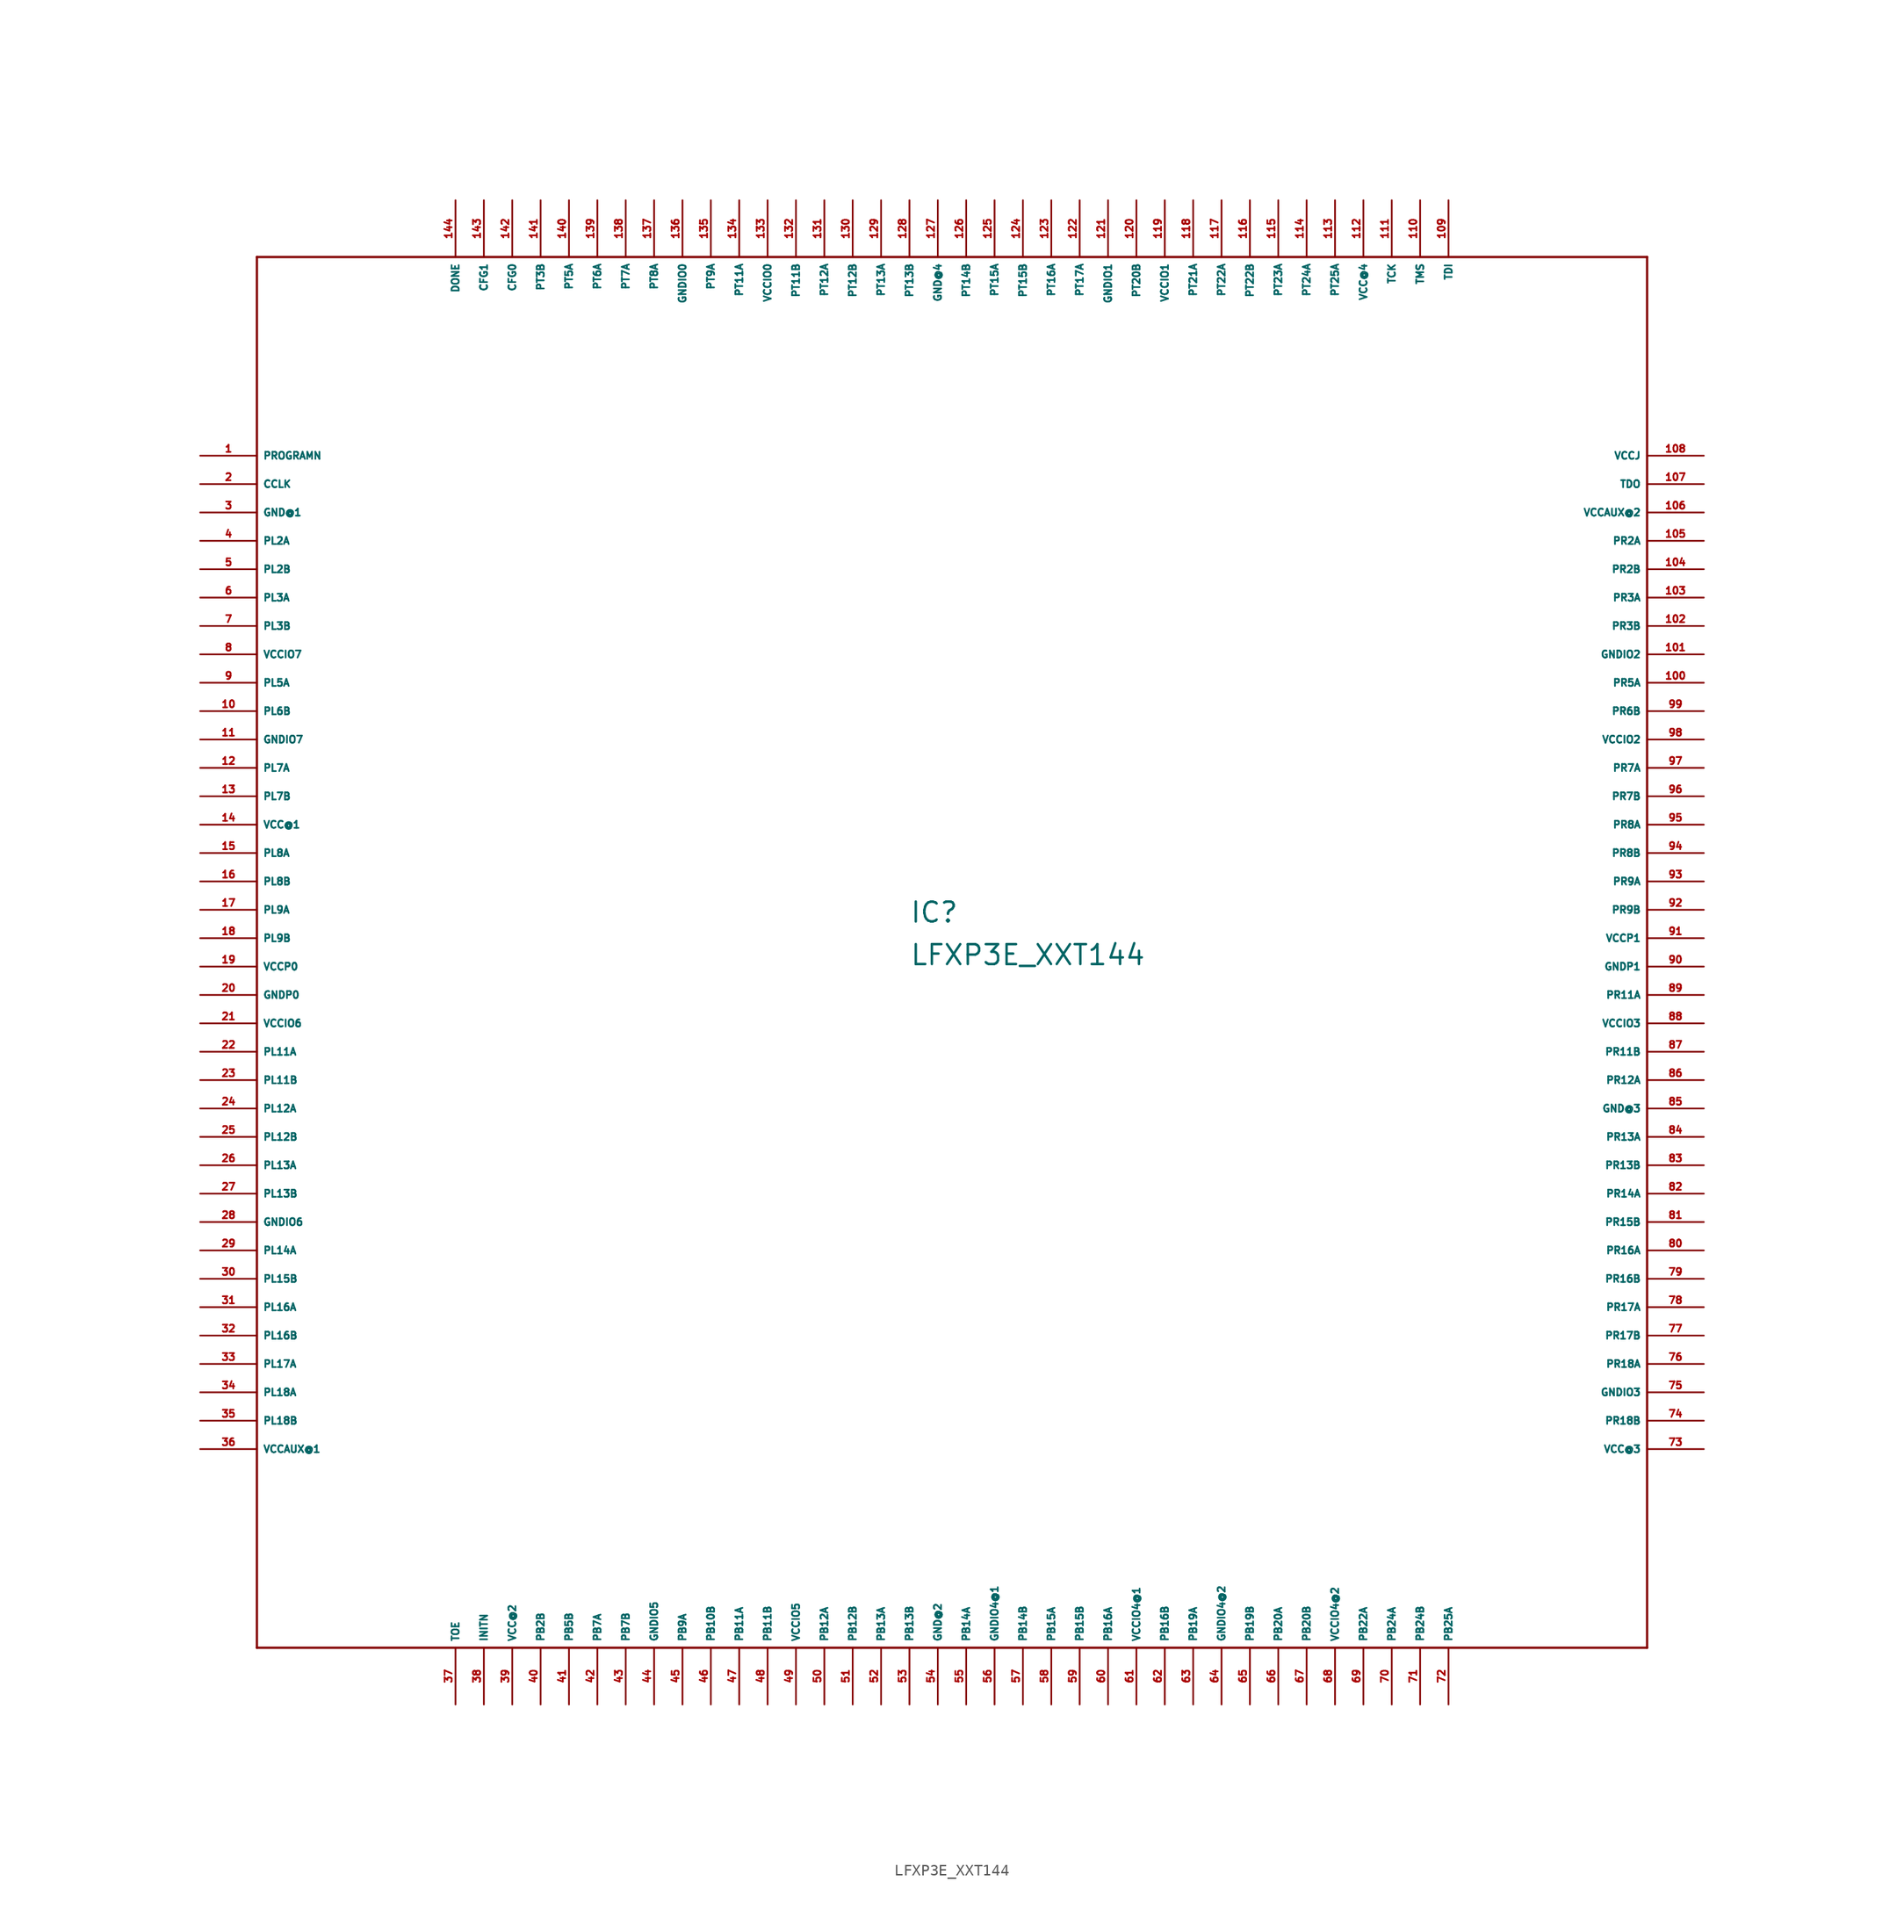
<source format=kicad_sym>
(kicad_symbol_lib
  (version 20220914)
  (generator Eagle2Kicad)
  (symbol "LFXP3E_XXT144"
    (property "Reference" "IC"
      (at -5.08 1.27 0)
      (effects (font (size 1.778 1.778) (thickness 0.22)) (justify left bottom)))
    (property "Value" "LFXP3E_XXT144"
      (at -5.08 -2.54 0)
      (effects (font (size 1.778 1.778) (thickness 0.22)) (justify left bottom)))
    (polyline
      (pts (xy -63.5 -63.5) (xy 60.96 -63.5))
      (stroke (width 0.203) (type default))
      (fill (type none)))
    (polyline
      (pts (xy 60.96 -63.5) (xy 60.96 60.96))
      (stroke (width 0.203) (type default))
      (fill (type none)))
    (polyline
      (pts (xy 60.96 60.96) (xy -63.5 60.96))
      (stroke (width 0.203) (type default))
      (fill (type none)))
    (polyline
      (pts (xy -63.5 60.96) (xy -63.5 -63.5))
      (stroke (width 0.203) (type default))
      (fill (type none)))
    (pin input line
      (at -68.58 43.18 0)
      (length 5.08)
      (name "PROGRAMN" (effects (font (size 0.635 0.635) (thickness 0.08)) (justify left bottom)))
      (number "1" (effects (font (size 0.635 0.635) (thickness 0.08)) (justify left bottom))))
    (pin bidirectional line
      (at -68.58 40.64 0)
      (length 5.08)
      (name "CCLK" (effects (font (size 0.635 0.635) (thickness 0.08)) (justify left bottom)))
      (number "2" (effects (font (size 0.635 0.635) (thickness 0.08)) (justify left bottom))))
    (pin unspecified line
      (at -68.58 38.1 0)
      (length 5.08)
      (name "GND@1" (effects (font (size 0.635 0.635) (thickness 0.08)) (justify left bottom)))
      (number "3" (effects (font (size 0.635 0.635) (thickness 0.08)) (justify left bottom))))
    (pin bidirectional line
      (at -68.58 35.56 0)
      (length 5.08)
      (name "PL2A" (effects (font (size 0.635 0.635) (thickness 0.08)) (justify left bottom)))
      (number "4" (effects (font (size 0.635 0.635) (thickness 0.08)) (justify left bottom))))
    (pin bidirectional line
      (at -68.58 33.02 0)
      (length 5.08)
      (name "PL2B" (effects (font (size 0.635 0.635) (thickness 0.08)) (justify left bottom)))
      (number "5" (effects (font (size 0.635 0.635) (thickness 0.08)) (justify left bottom))))
    (pin bidirectional line
      (at -68.58 30.48 0)
      (length 5.08)
      (name "PL3A" (effects (font (size 0.635 0.635) (thickness 0.08)) (justify left bottom)))
      (number "6" (effects (font (size 0.635 0.635) (thickness 0.08)) (justify left bottom))))
    (pin bidirectional line
      (at -68.58 27.94 0)
      (length 5.08)
      (name "PL3B" (effects (font (size 0.635 0.635) (thickness 0.08)) (justify left bottom)))
      (number "7" (effects (font (size 0.635 0.635) (thickness 0.08)) (justify left bottom))))
    (pin unspecified line
      (at -68.58 25.4 0)
      (length 5.08)
      (name "VCCIO7" (effects (font (size 0.635 0.635) (thickness 0.08)) (justify left bottom)))
      (number "8" (effects (font (size 0.635 0.635) (thickness 0.08)) (justify left bottom))))
    (pin bidirectional line
      (at -68.58 22.86 0)
      (length 5.08)
      (name "PL5A" (effects (font (size 0.635 0.635) (thickness 0.08)) (justify left bottom)))
      (number "9" (effects (font (size 0.635 0.635) (thickness 0.08)) (justify left bottom))))
    (pin bidirectional line
      (at -68.58 20.32 0)
      (length 5.08)
      (name "PL6B" (effects (font (size 0.635 0.635) (thickness 0.08)) (justify left bottom)))
      (number "10" (effects (font (size 0.635 0.635) (thickness 0.08)) (justify left bottom))))
    (pin unspecified line
      (at -68.58 17.78 0)
      (length 5.08)
      (name "GNDIO7" (effects (font (size 0.635 0.635) (thickness 0.08)) (justify left bottom)))
      (number "11" (effects (font (size 0.635 0.635) (thickness 0.08)) (justify left bottom))))
    (pin bidirectional line
      (at -68.58 15.24 0)
      (length 5.08)
      (name "PL7A" (effects (font (size 0.635 0.635) (thickness 0.08)) (justify left bottom)))
      (number "12" (effects (font (size 0.635 0.635) (thickness 0.08)) (justify left bottom))))
    (pin bidirectional line
      (at -68.58 12.7 0)
      (length 5.08)
      (name "PL7B" (effects (font (size 0.635 0.635) (thickness 0.08)) (justify left bottom)))
      (number "13" (effects (font (size 0.635 0.635) (thickness 0.08)) (justify left bottom))))
    (pin unspecified line
      (at -68.58 10.16 0)
      (length 5.08)
      (name "VCC@1" (effects (font (size 0.635 0.635) (thickness 0.08)) (justify left bottom)))
      (number "14" (effects (font (size 0.635 0.635) (thickness 0.08)) (justify left bottom))))
    (pin bidirectional line
      (at -68.58 7.62 0)
      (length 5.08)
      (name "PL8A" (effects (font (size 0.635 0.635) (thickness 0.08)) (justify left bottom)))
      (number "15" (effects (font (size 0.635 0.635) (thickness 0.08)) (justify left bottom))))
    (pin bidirectional line
      (at -68.58 5.08 0)
      (length 5.08)
      (name "PL8B" (effects (font (size 0.635 0.635) (thickness 0.08)) (justify left bottom)))
      (number "16" (effects (font (size 0.635 0.635) (thickness 0.08)) (justify left bottom))))
    (pin bidirectional line
      (at -68.58 2.54 0)
      (length 5.08)
      (name "PL9A" (effects (font (size 0.635 0.635) (thickness 0.08)) (justify left bottom)))
      (number "17" (effects (font (size 0.635 0.635) (thickness 0.08)) (justify left bottom))))
    (pin bidirectional line
      (at -68.58 0 0)
      (length 5.08)
      (name "PL9B" (effects (font (size 0.635 0.635) (thickness 0.08)) (justify left bottom)))
      (number "18" (effects (font (size 0.635 0.635) (thickness 0.08)) (justify left bottom))))
    (pin unspecified line
      (at -68.58 -2.54 0)
      (length 5.08)
      (name "VCCP0" (effects (font (size 0.635 0.635) (thickness 0.08)) (justify left bottom)))
      (number "19" (effects (font (size 0.635 0.635) (thickness 0.08)) (justify left bottom))))
    (pin unspecified line
      (at -68.58 -5.08 0)
      (length 5.08)
      (name "GNDP0" (effects (font (size 0.635 0.635) (thickness 0.08)) (justify left bottom)))
      (number "20" (effects (font (size 0.635 0.635) (thickness 0.08)) (justify left bottom))))
    (pin unspecified line
      (at -68.58 -7.62 0)
      (length 5.08)
      (name "VCCIO6" (effects (font (size 0.635 0.635) (thickness 0.08)) (justify left bottom)))
      (number "21" (effects (font (size 0.635 0.635) (thickness 0.08)) (justify left bottom))))
    (pin bidirectional line
      (at -68.58 -10.16 0)
      (length 5.08)
      (name "PL11A" (effects (font (size 0.635 0.635) (thickness 0.08)) (justify left bottom)))
      (number "22" (effects (font (size 0.635 0.635) (thickness 0.08)) (justify left bottom))))
    (pin bidirectional line
      (at -68.58 -12.7 0)
      (length 5.08)
      (name "PL11B" (effects (font (size 0.635 0.635) (thickness 0.08)) (justify left bottom)))
      (number "23" (effects (font (size 0.635 0.635) (thickness 0.08)) (justify left bottom))))
    (pin bidirectional line
      (at -68.58 -15.24 0)
      (length 5.08)
      (name "PL12A" (effects (font (size 0.635 0.635) (thickness 0.08)) (justify left bottom)))
      (number "24" (effects (font (size 0.635 0.635) (thickness 0.08)) (justify left bottom))))
    (pin bidirectional line
      (at -68.58 -17.78 0)
      (length 5.08)
      (name "PL12B" (effects (font (size 0.635 0.635) (thickness 0.08)) (justify left bottom)))
      (number "25" (effects (font (size 0.635 0.635) (thickness 0.08)) (justify left bottom))))
    (pin bidirectional line
      (at -68.58 -20.32 0)
      (length 5.08)
      (name "PL13A" (effects (font (size 0.635 0.635) (thickness 0.08)) (justify left bottom)))
      (number "26" (effects (font (size 0.635 0.635) (thickness 0.08)) (justify left bottom))))
    (pin bidirectional line
      (at -68.58 -22.86 0)
      (length 5.08)
      (name "PL13B" (effects (font (size 0.635 0.635) (thickness 0.08)) (justify left bottom)))
      (number "27" (effects (font (size 0.635 0.635) (thickness 0.08)) (justify left bottom))))
    (pin unspecified line
      (at -68.58 -25.4 0)
      (length 5.08)
      (name "GNDIO6" (effects (font (size 0.635 0.635) (thickness 0.08)) (justify left bottom)))
      (number "28" (effects (font (size 0.635 0.635) (thickness 0.08)) (justify left bottom))))
    (pin bidirectional line
      (at -68.58 -27.94 0)
      (length 5.08)
      (name "PL14A" (effects (font (size 0.635 0.635) (thickness 0.08)) (justify left bottom)))
      (number "29" (effects (font (size 0.635 0.635) (thickness 0.08)) (justify left bottom))))
    (pin bidirectional line
      (at -68.58 -30.48 0)
      (length 5.08)
      (name "PL15B" (effects (font (size 0.635 0.635) (thickness 0.08)) (justify left bottom)))
      (number "30" (effects (font (size 0.635 0.635) (thickness 0.08)) (justify left bottom))))
    (pin bidirectional line
      (at -68.58 -33.02 0)
      (length 5.08)
      (name "PL16A" (effects (font (size 0.635 0.635) (thickness 0.08)) (justify left bottom)))
      (number "31" (effects (font (size 0.635 0.635) (thickness 0.08)) (justify left bottom))))
    (pin bidirectional line
      (at -68.58 -35.56 0)
      (length 5.08)
      (name "PL16B" (effects (font (size 0.635 0.635) (thickness 0.08)) (justify left bottom)))
      (number "32" (effects (font (size 0.635 0.635) (thickness 0.08)) (justify left bottom))))
    (pin bidirectional line
      (at -68.58 -38.1 0)
      (length 5.08)
      (name "PL17A" (effects (font (size 0.635 0.635) (thickness 0.08)) (justify left bottom)))
      (number "33" (effects (font (size 0.635 0.635) (thickness 0.08)) (justify left bottom))))
    (pin bidirectional line
      (at -68.58 -40.64 0)
      (length 5.08)
      (name "PL18A" (effects (font (size 0.635 0.635) (thickness 0.08)) (justify left bottom)))
      (number "34" (effects (font (size 0.635 0.635) (thickness 0.08)) (justify left bottom))))
    (pin bidirectional line
      (at -68.58 -43.18 0)
      (length 5.08)
      (name "PL18B" (effects (font (size 0.635 0.635) (thickness 0.08)) (justify left bottom)))
      (number "35" (effects (font (size 0.635 0.635) (thickness 0.08)) (justify left bottom))))
    (pin unspecified line
      (at -68.58 -45.72 0)
      (length 5.08)
      (name "VCCAUX@1" (effects (font (size 0.635 0.635) (thickness 0.08)) (justify left bottom)))
      (number "36" (effects (font (size 0.635 0.635) (thickness 0.08)) (justify left bottom))))
    (pin input line
      (at -45.72 -68.58 90)
      (length 5.08)
      (name "TOE" (effects (font (size 0.635 0.635) (thickness 0.08)) (justify left bottom)))
      (number "37" (effects (font (size 0.635 0.635) (thickness 0.08)) (justify left bottom))))
    (pin bidirectional line
      (at -43.18 -68.58 90)
      (length 5.08)
      (name "INITN" (effects (font (size 0.635 0.635) (thickness 0.08)) (justify left bottom)))
      (number "38" (effects (font (size 0.635 0.635) (thickness 0.08)) (justify left bottom))))
    (pin unspecified line
      (at -40.64 -68.58 90)
      (length 5.08)
      (name "VCC@2" (effects (font (size 0.635 0.635) (thickness 0.08)) (justify left bottom)))
      (number "39" (effects (font (size 0.635 0.635) (thickness 0.08)) (justify left bottom))))
    (pin bidirectional line
      (at -38.1 -68.58 90)
      (length 5.08)
      (name "PB2B" (effects (font (size 0.635 0.635) (thickness 0.08)) (justify left bottom)))
      (number "40" (effects (font (size 0.635 0.635) (thickness 0.08)) (justify left bottom))))
    (pin bidirectional line
      (at -35.56 -68.58 90)
      (length 5.08)
      (name "PB5B" (effects (font (size 0.635 0.635) (thickness 0.08)) (justify left bottom)))
      (number "41" (effects (font (size 0.635 0.635) (thickness 0.08)) (justify left bottom))))
    (pin bidirectional line
      (at -33.02 -68.58 90)
      (length 5.08)
      (name "PB7A" (effects (font (size 0.635 0.635) (thickness 0.08)) (justify left bottom)))
      (number "42" (effects (font (size 0.635 0.635) (thickness 0.08)) (justify left bottom))))
    (pin bidirectional line
      (at -30.48 -68.58 90)
      (length 5.08)
      (name "PB7B" (effects (font (size 0.635 0.635) (thickness 0.08)) (justify left bottom)))
      (number "43" (effects (font (size 0.635 0.635) (thickness 0.08)) (justify left bottom))))
    (pin unspecified line
      (at -27.94 -68.58 90)
      (length 5.08)
      (name "GNDIO5" (effects (font (size 0.635 0.635) (thickness 0.08)) (justify left bottom)))
      (number "44" (effects (font (size 0.635 0.635) (thickness 0.08)) (justify left bottom))))
    (pin bidirectional line
      (at -25.4 -68.58 90)
      (length 5.08)
      (name "PB9A" (effects (font (size 0.635 0.635) (thickness 0.08)) (justify left bottom)))
      (number "45" (effects (font (size 0.635 0.635) (thickness 0.08)) (justify left bottom))))
    (pin bidirectional line
      (at -22.86 -68.58 90)
      (length 5.08)
      (name "PB10B" (effects (font (size 0.635 0.635) (thickness 0.08)) (justify left bottom)))
      (number "46" (effects (font (size 0.635 0.635) (thickness 0.08)) (justify left bottom))))
    (pin bidirectional line
      (at -20.32 -68.58 90)
      (length 5.08)
      (name "PB11A" (effects (font (size 0.635 0.635) (thickness 0.08)) (justify left bottom)))
      (number "47" (effects (font (size 0.635 0.635) (thickness 0.08)) (justify left bottom))))
    (pin bidirectional line
      (at -17.78 -68.58 90)
      (length 5.08)
      (name "PB11B" (effects (font (size 0.635 0.635) (thickness 0.08)) (justify left bottom)))
      (number "48" (effects (font (size 0.635 0.635) (thickness 0.08)) (justify left bottom))))
    (pin unspecified line
      (at -15.24 -68.58 90)
      (length 5.08)
      (name "VCCIO5" (effects (font (size 0.635 0.635) (thickness 0.08)) (justify left bottom)))
      (number "49" (effects (font (size 0.635 0.635) (thickness 0.08)) (justify left bottom))))
    (pin bidirectional line
      (at -12.7 -68.58 90)
      (length 5.08)
      (name "PB12A" (effects (font (size 0.635 0.635) (thickness 0.08)) (justify left bottom)))
      (number "50" (effects (font (size 0.635 0.635) (thickness 0.08)) (justify left bottom))))
    (pin bidirectional line
      (at -10.16 -68.58 90)
      (length 5.08)
      (name "PB12B" (effects (font (size 0.635 0.635) (thickness 0.08)) (justify left bottom)))
      (number "51" (effects (font (size 0.635 0.635) (thickness 0.08)) (justify left bottom))))
    (pin bidirectional line
      (at -7.62 -68.58 90)
      (length 5.08)
      (name "PB13A" (effects (font (size 0.635 0.635) (thickness 0.08)) (justify left bottom)))
      (number "52" (effects (font (size 0.635 0.635) (thickness 0.08)) (justify left bottom))))
    (pin bidirectional line
      (at -5.08 -68.58 90)
      (length 5.08)
      (name "PB13B" (effects (font (size 0.635 0.635) (thickness 0.08)) (justify left bottom)))
      (number "53" (effects (font (size 0.635 0.635) (thickness 0.08)) (justify left bottom))))
    (pin unspecified line
      (at -2.54 -68.58 90)
      (length 5.08)
      (name "GND@2" (effects (font (size 0.635 0.635) (thickness 0.08)) (justify left bottom)))
      (number "54" (effects (font (size 0.635 0.635) (thickness 0.08)) (justify left bottom))))
    (pin bidirectional line
      (at 0 -68.58 90)
      (length 5.08)
      (name "PB14A" (effects (font (size 0.635 0.635) (thickness 0.08)) (justify left bottom)))
      (number "55" (effects (font (size 0.635 0.635) (thickness 0.08)) (justify left bottom))))
    (pin unspecified line
      (at 2.54 -68.58 90)
      (length 5.08)
      (name "GNDIO4@1" (effects (font (size 0.635 0.635) (thickness 0.08)) (justify left bottom)))
      (number "56" (effects (font (size 0.635 0.635) (thickness 0.08)) (justify left bottom))))
    (pin bidirectional line
      (at 5.08 -68.58 90)
      (length 5.08)
      (name "PB14B" (effects (font (size 0.635 0.635) (thickness 0.08)) (justify left bottom)))
      (number "57" (effects (font (size 0.635 0.635) (thickness 0.08)) (justify left bottom))))
    (pin bidirectional line
      (at 7.62 -68.58 90)
      (length 5.08)
      (name "PB15A" (effects (font (size 0.635 0.635) (thickness 0.08)) (justify left bottom)))
      (number "58" (effects (font (size 0.635 0.635) (thickness 0.08)) (justify left bottom))))
    (pin bidirectional line
      (at 10.16 -68.58 90)
      (length 5.08)
      (name "PB15B" (effects (font (size 0.635 0.635) (thickness 0.08)) (justify left bottom)))
      (number "59" (effects (font (size 0.635 0.635) (thickness 0.08)) (justify left bottom))))
    (pin bidirectional line
      (at 12.7 -68.58 90)
      (length 5.08)
      (name "PB16A" (effects (font (size 0.635 0.635) (thickness 0.08)) (justify left bottom)))
      (number "60" (effects (font (size 0.635 0.635) (thickness 0.08)) (justify left bottom))))
    (pin unspecified line
      (at 15.24 -68.58 90)
      (length 5.08)
      (name "VCCIO4@1" (effects (font (size 0.635 0.635) (thickness 0.08)) (justify left bottom)))
      (number "61" (effects (font (size 0.635 0.635) (thickness 0.08)) (justify left bottom))))
    (pin bidirectional line
      (at 17.78 -68.58 90)
      (length 5.08)
      (name "PB16B" (effects (font (size 0.635 0.635) (thickness 0.08)) (justify left bottom)))
      (number "62" (effects (font (size 0.635 0.635) (thickness 0.08)) (justify left bottom))))
    (pin bidirectional line
      (at 20.32 -68.58 90)
      (length 5.08)
      (name "PB19A" (effects (font (size 0.635 0.635) (thickness 0.08)) (justify left bottom)))
      (number "63" (effects (font (size 0.635 0.635) (thickness 0.08)) (justify left bottom))))
    (pin unspecified line
      (at 22.86 -68.58 90)
      (length 5.08)
      (name "GNDIO4@2" (effects (font (size 0.635 0.635) (thickness 0.08)) (justify left bottom)))
      (number "64" (effects (font (size 0.635 0.635) (thickness 0.08)) (justify left bottom))))
    (pin bidirectional line
      (at 25.4 -68.58 90)
      (length 5.08)
      (name "PB19B" (effects (font (size 0.635 0.635) (thickness 0.08)) (justify left bottom)))
      (number "65" (effects (font (size 0.635 0.635) (thickness 0.08)) (justify left bottom))))
    (pin bidirectional line
      (at 27.94 -68.58 90)
      (length 5.08)
      (name "PB20A" (effects (font (size 0.635 0.635) (thickness 0.08)) (justify left bottom)))
      (number "66" (effects (font (size 0.635 0.635) (thickness 0.08)) (justify left bottom))))
    (pin bidirectional line
      (at 30.48 -68.58 90)
      (length 5.08)
      (name "PB20B" (effects (font (size 0.635 0.635) (thickness 0.08)) (justify left bottom)))
      (number "67" (effects (font (size 0.635 0.635) (thickness 0.08)) (justify left bottom))))
    (pin unspecified line
      (at 33.02 -68.58 90)
      (length 5.08)
      (name "VCCIO4@2" (effects (font (size 0.635 0.635) (thickness 0.08)) (justify left bottom)))
      (number "68" (effects (font (size 0.635 0.635) (thickness 0.08)) (justify left bottom))))
    (pin bidirectional line
      (at 35.56 -68.58 90)
      (length 5.08)
      (name "PB22A" (effects (font (size 0.635 0.635) (thickness 0.08)) (justify left bottom)))
      (number "69" (effects (font (size 0.635 0.635) (thickness 0.08)) (justify left bottom))))
    (pin bidirectional line
      (at 38.1 -68.58 90)
      (length 5.08)
      (name "PB24A" (effects (font (size 0.635 0.635) (thickness 0.08)) (justify left bottom)))
      (number "70" (effects (font (size 0.635 0.635) (thickness 0.08)) (justify left bottom))))
    (pin bidirectional line
      (at 40.64 -68.58 90)
      (length 5.08)
      (name "PB24B" (effects (font (size 0.635 0.635) (thickness 0.08)) (justify left bottom)))
      (number "71" (effects (font (size 0.635 0.635) (thickness 0.08)) (justify left bottom))))
    (pin bidirectional line
      (at 43.18 -68.58 90)
      (length 5.08)
      (name "PB25A" (effects (font (size 0.635 0.635) (thickness 0.08)) (justify left bottom)))
      (number "72" (effects (font (size 0.635 0.635) (thickness 0.08)) (justify left bottom))))
    (pin unspecified line
      (at 66.04 -45.72 180)
      (length 5.08)
      (name "VCC@3" (effects (font (size 0.635 0.635) (thickness 0.08)) (justify left bottom)))
      (number "73" (effects (font (size 0.635 0.635) (thickness 0.08)) (justify left bottom))))
    (pin bidirectional line
      (at 66.04 -43.18 180)
      (length 5.08)
      (name "PR18B" (effects (font (size 0.635 0.635) (thickness 0.08)) (justify left bottom)))
      (number "74" (effects (font (size 0.635 0.635) (thickness 0.08)) (justify left bottom))))
    (pin unspecified line
      (at 66.04 -40.64 180)
      (length 5.08)
      (name "GNDIO3" (effects (font (size 0.635 0.635) (thickness 0.08)) (justify left bottom)))
      (number "75" (effects (font (size 0.635 0.635) (thickness 0.08)) (justify left bottom))))
    (pin bidirectional line
      (at 66.04 -38.1 180)
      (length 5.08)
      (name "PR18A" (effects (font (size 0.635 0.635) (thickness 0.08)) (justify left bottom)))
      (number "76" (effects (font (size 0.635 0.635) (thickness 0.08)) (justify left bottom))))
    (pin bidirectional line
      (at 66.04 -35.56 180)
      (length 5.08)
      (name "PR17B" (effects (font (size 0.635 0.635) (thickness 0.08)) (justify left bottom)))
      (number "77" (effects (font (size 0.635 0.635) (thickness 0.08)) (justify left bottom))))
    (pin bidirectional line
      (at 66.04 -33.02 180)
      (length 5.08)
      (name "PR17A" (effects (font (size 0.635 0.635) (thickness 0.08)) (justify left bottom)))
      (number "78" (effects (font (size 0.635 0.635) (thickness 0.08)) (justify left bottom))))
    (pin bidirectional line
      (at 66.04 -30.48 180)
      (length 5.08)
      (name "PR16B" (effects (font (size 0.635 0.635) (thickness 0.08)) (justify left bottom)))
      (number "79" (effects (font (size 0.635 0.635) (thickness 0.08)) (justify left bottom))))
    (pin bidirectional line
      (at 66.04 -27.94 180)
      (length 5.08)
      (name "PR16A" (effects (font (size 0.635 0.635) (thickness 0.08)) (justify left bottom)))
      (number "80" (effects (font (size 0.635 0.635) (thickness 0.08)) (justify left bottom))))
    (pin bidirectional line
      (at 66.04 -25.4 180)
      (length 5.08)
      (name "PR15B" (effects (font (size 0.635 0.635) (thickness 0.08)) (justify left bottom)))
      (number "81" (effects (font (size 0.635 0.635) (thickness 0.08)) (justify left bottom))))
    (pin bidirectional line
      (at 66.04 -22.86 180)
      (length 5.08)
      (name "PR14A" (effects (font (size 0.635 0.635) (thickness 0.08)) (justify left bottom)))
      (number "82" (effects (font (size 0.635 0.635) (thickness 0.08)) (justify left bottom))))
    (pin bidirectional line
      (at 66.04 -20.32 180)
      (length 5.08)
      (name "PR13B" (effects (font (size 0.635 0.635) (thickness 0.08)) (justify left bottom)))
      (number "83" (effects (font (size 0.635 0.635) (thickness 0.08)) (justify left bottom))))
    (pin bidirectional line
      (at 66.04 -17.78 180)
      (length 5.08)
      (name "PR13A" (effects (font (size 0.635 0.635) (thickness 0.08)) (justify left bottom)))
      (number "84" (effects (font (size 0.635 0.635) (thickness 0.08)) (justify left bottom))))
    (pin unspecified line
      (at 66.04 -15.24 180)
      (length 5.08)
      (name "GND@3" (effects (font (size 0.635 0.635) (thickness 0.08)) (justify left bottom)))
      (number "85" (effects (font (size 0.635 0.635) (thickness 0.08)) (justify left bottom))))
    (pin bidirectional line
      (at 66.04 -12.7 180)
      (length 5.08)
      (name "PR12A" (effects (font (size 0.635 0.635) (thickness 0.08)) (justify left bottom)))
      (number "86" (effects (font (size 0.635 0.635) (thickness 0.08)) (justify left bottom))))
    (pin bidirectional line
      (at 66.04 -10.16 180)
      (length 5.08)
      (name "PR11B" (effects (font (size 0.635 0.635) (thickness 0.08)) (justify left bottom)))
      (number "87" (effects (font (size 0.635 0.635) (thickness 0.08)) (justify left bottom))))
    (pin unspecified line
      (at 66.04 -7.62 180)
      (length 5.08)
      (name "VCCIO3" (effects (font (size 0.635 0.635) (thickness 0.08)) (justify left bottom)))
      (number "88" (effects (font (size 0.635 0.635) (thickness 0.08)) (justify left bottom))))
    (pin bidirectional line
      (at 66.04 -5.08 180)
      (length 5.08)
      (name "PR11A" (effects (font (size 0.635 0.635) (thickness 0.08)) (justify left bottom)))
      (number "89" (effects (font (size 0.635 0.635) (thickness 0.08)) (justify left bottom))))
    (pin unspecified line
      (at 66.04 -2.54 180)
      (length 5.08)
      (name "GNDP1" (effects (font (size 0.635 0.635) (thickness 0.08)) (justify left bottom)))
      (number "90" (effects (font (size 0.635 0.635) (thickness 0.08)) (justify left bottom))))
    (pin unspecified line
      (at 66.04 0 180)
      (length 5.08)
      (name "VCCP1" (effects (font (size 0.635 0.635) (thickness 0.08)) (justify left bottom)))
      (number "91" (effects (font (size 0.635 0.635) (thickness 0.08)) (justify left bottom))))
    (pin bidirectional line
      (at 66.04 2.54 180)
      (length 5.08)
      (name "PR9B" (effects (font (size 0.635 0.635) (thickness 0.08)) (justify left bottom)))
      (number "92" (effects (font (size 0.635 0.635) (thickness 0.08)) (justify left bottom))))
    (pin bidirectional line
      (at 66.04 5.08 180)
      (length 5.08)
      (name "PR9A" (effects (font (size 0.635 0.635) (thickness 0.08)) (justify left bottom)))
      (number "93" (effects (font (size 0.635 0.635) (thickness 0.08)) (justify left bottom))))
    (pin bidirectional line
      (at 66.04 7.62 180)
      (length 5.08)
      (name "PR8B" (effects (font (size 0.635 0.635) (thickness 0.08)) (justify left bottom)))
      (number "94" (effects (font (size 0.635 0.635) (thickness 0.08)) (justify left bottom))))
    (pin bidirectional line
      (at 66.04 10.16 180)
      (length 5.08)
      (name "PR8A" (effects (font (size 0.635 0.635) (thickness 0.08)) (justify left bottom)))
      (number "95" (effects (font (size 0.635 0.635) (thickness 0.08)) (justify left bottom))))
    (pin bidirectional line
      (at 66.04 12.7 180)
      (length 5.08)
      (name "PR7B" (effects (font (size 0.635 0.635) (thickness 0.08)) (justify left bottom)))
      (number "96" (effects (font (size 0.635 0.635) (thickness 0.08)) (justify left bottom))))
    (pin bidirectional line
      (at 66.04 15.24 180)
      (length 5.08)
      (name "PR7A" (effects (font (size 0.635 0.635) (thickness 0.08)) (justify left bottom)))
      (number "97" (effects (font (size 0.635 0.635) (thickness 0.08)) (justify left bottom))))
    (pin unspecified line
      (at 66.04 17.78 180)
      (length 5.08)
      (name "VCCIO2" (effects (font (size 0.635 0.635) (thickness 0.08)) (justify left bottom)))
      (number "98" (effects (font (size 0.635 0.635) (thickness 0.08)) (justify left bottom))))
    (pin bidirectional line
      (at 66.04 20.32 180)
      (length 5.08)
      (name "PR6B" (effects (font (size 0.635 0.635) (thickness 0.08)) (justify left bottom)))
      (number "99" (effects (font (size 0.635 0.635) (thickness 0.08)) (justify left bottom))))
    (pin bidirectional line
      (at 66.04 22.86 180)
      (length 5.08)
      (name "PR5A" (effects (font (size 0.635 0.635) (thickness 0.08)) (justify left bottom)))
      (number "100" (effects (font (size 0.635 0.635) (thickness 0.08)) (justify left bottom))))
    (pin unspecified line
      (at 66.04 25.4 180)
      (length 5.08)
      (name "GNDIO2" (effects (font (size 0.635 0.635) (thickness 0.08)) (justify left bottom)))
      (number "101" (effects (font (size 0.635 0.635) (thickness 0.08)) (justify left bottom))))
    (pin bidirectional line
      (at 66.04 27.94 180)
      (length 5.08)
      (name "PR3B" (effects (font (size 0.635 0.635) (thickness 0.08)) (justify left bottom)))
      (number "102" (effects (font (size 0.635 0.635) (thickness 0.08)) (justify left bottom))))
    (pin bidirectional line
      (at 66.04 30.48 180)
      (length 5.08)
      (name "PR3A" (effects (font (size 0.635 0.635) (thickness 0.08)) (justify left bottom)))
      (number "103" (effects (font (size 0.635 0.635) (thickness 0.08)) (justify left bottom))))
    (pin bidirectional line
      (at 66.04 33.02 180)
      (length 5.08)
      (name "PR2B" (effects (font (size 0.635 0.635) (thickness 0.08)) (justify left bottom)))
      (number "104" (effects (font (size 0.635 0.635) (thickness 0.08)) (justify left bottom))))
    (pin bidirectional line
      (at 66.04 35.56 180)
      (length 5.08)
      (name "PR2A" (effects (font (size 0.635 0.635) (thickness 0.08)) (justify left bottom)))
      (number "105" (effects (font (size 0.635 0.635) (thickness 0.08)) (justify left bottom))))
    (pin unspecified line
      (at 66.04 38.1 180)
      (length 5.08)
      (name "VCCAUX@2" (effects (font (size 0.635 0.635) (thickness 0.08)) (justify left bottom)))
      (number "106" (effects (font (size 0.635 0.635) (thickness 0.08)) (justify left bottom))))
    (pin output line
      (at 66.04 40.64 180)
      (length 5.08)
      (name "TDO" (effects (font (size 0.635 0.635) (thickness 0.08)) (justify left bottom)))
      (number "107" (effects (font (size 0.635 0.635) (thickness 0.08)) (justify left bottom))))
    (pin unspecified line
      (at 66.04 43.18 180)
      (length 5.08)
      (name "VCCJ" (effects (font (size 0.635 0.635) (thickness 0.08)) (justify left bottom)))
      (number "108" (effects (font (size 0.635 0.635) (thickness 0.08)) (justify left bottom))))
    (pin input line
      (at 43.18 66.04 270)
      (length 5.08)
      (name "TDI" (effects (font (size 0.635 0.635) (thickness 0.08)) (justify left bottom)))
      (number "109" (effects (font (size 0.635 0.635) (thickness 0.08)) (justify left bottom))))
    (pin input line
      (at 40.64 66.04 270)
      (length 5.08)
      (name "TMS" (effects (font (size 0.635 0.635) (thickness 0.08)) (justify left bottom)))
      (number "110" (effects (font (size 0.635 0.635) (thickness 0.08)) (justify left bottom))))
    (pin input line
      (at 38.1 66.04 270)
      (length 5.08)
      (name "TCK" (effects (font (size 0.635 0.635) (thickness 0.08)) (justify left bottom)))
      (number "111" (effects (font (size 0.635 0.635) (thickness 0.08)) (justify left bottom))))
    (pin unspecified line
      (at 35.56 66.04 270)
      (length 5.08)
      (name "VCC@4" (effects (font (size 0.635 0.635) (thickness 0.08)) (justify left bottom)))
      (number "112" (effects (font (size 0.635 0.635) (thickness 0.08)) (justify left bottom))))
    (pin bidirectional line
      (at 33.02 66.04 270)
      (length 5.08)
      (name "PT25A" (effects (font (size 0.635 0.635) (thickness 0.08)) (justify left bottom)))
      (number "113" (effects (font (size 0.635 0.635) (thickness 0.08)) (justify left bottom))))
    (pin bidirectional line
      (at 30.48 66.04 270)
      (length 5.08)
      (name "PT24A" (effects (font (size 0.635 0.635) (thickness 0.08)) (justify left bottom)))
      (number "114" (effects (font (size 0.635 0.635) (thickness 0.08)) (justify left bottom))))
    (pin bidirectional line
      (at 27.94 66.04 270)
      (length 5.08)
      (name "PT23A" (effects (font (size 0.635 0.635) (thickness 0.08)) (justify left bottom)))
      (number "115" (effects (font (size 0.635 0.635) (thickness 0.08)) (justify left bottom))))
    (pin bidirectional line
      (at 25.4 66.04 270)
      (length 5.08)
      (name "PT22B" (effects (font (size 0.635 0.635) (thickness 0.08)) (justify left bottom)))
      (number "116" (effects (font (size 0.635 0.635) (thickness 0.08)) (justify left bottom))))
    (pin bidirectional line
      (at 22.86 66.04 270)
      (length 5.08)
      (name "PT22A" (effects (font (size 0.635 0.635) (thickness 0.08)) (justify left bottom)))
      (number "117" (effects (font (size 0.635 0.635) (thickness 0.08)) (justify left bottom))))
    (pin bidirectional line
      (at 20.32 66.04 270)
      (length 5.08)
      (name "PT21A" (effects (font (size 0.635 0.635) (thickness 0.08)) (justify left bottom)))
      (number "118" (effects (font (size 0.635 0.635) (thickness 0.08)) (justify left bottom))))
    (pin unspecified line
      (at 17.78 66.04 270)
      (length 5.08)
      (name "VCCIO1" (effects (font (size 0.635 0.635) (thickness 0.08)) (justify left bottom)))
      (number "119" (effects (font (size 0.635 0.635) (thickness 0.08)) (justify left bottom))))
    (pin bidirectional line
      (at 15.24 66.04 270)
      (length 5.08)
      (name "PT20B" (effects (font (size 0.635 0.635) (thickness 0.08)) (justify left bottom)))
      (number "120" (effects (font (size 0.635 0.635) (thickness 0.08)) (justify left bottom))))
    (pin unspecified line
      (at 12.7 66.04 270)
      (length 5.08)
      (name "GNDIO1" (effects (font (size 0.635 0.635) (thickness 0.08)) (justify left bottom)))
      (number "121" (effects (font (size 0.635 0.635) (thickness 0.08)) (justify left bottom))))
    (pin bidirectional line
      (at 10.16 66.04 270)
      (length 5.08)
      (name "PT17A" (effects (font (size 0.635 0.635) (thickness 0.08)) (justify left bottom)))
      (number "122" (effects (font (size 0.635 0.635) (thickness 0.08)) (justify left bottom))))
    (pin bidirectional line
      (at 7.62 66.04 270)
      (length 5.08)
      (name "PT16A" (effects (font (size 0.635 0.635) (thickness 0.08)) (justify left bottom)))
      (number "123" (effects (font (size 0.635 0.635) (thickness 0.08)) (justify left bottom))))
    (pin bidirectional line
      (at 5.08 66.04 270)
      (length 5.08)
      (name "PT15B" (effects (font (size 0.635 0.635) (thickness 0.08)) (justify left bottom)))
      (number "124" (effects (font (size 0.635 0.635) (thickness 0.08)) (justify left bottom))))
    (pin bidirectional line
      (at 2.54 66.04 270)
      (length 5.08)
      (name "PT15A" (effects (font (size 0.635 0.635) (thickness 0.08)) (justify left bottom)))
      (number "125" (effects (font (size 0.635 0.635) (thickness 0.08)) (justify left bottom))))
    (pin bidirectional line
      (at 0 66.04 270)
      (length 5.08)
      (name "PT14B" (effects (font (size 0.635 0.635) (thickness 0.08)) (justify left bottom)))
      (number "126" (effects (font (size 0.635 0.635) (thickness 0.08)) (justify left bottom))))
    (pin unspecified line
      (at -2.54 66.04 270)
      (length 5.08)
      (name "GND@4" (effects (font (size 0.635 0.635) (thickness 0.08)) (justify left bottom)))
      (number "127" (effects (font (size 0.635 0.635) (thickness 0.08)) (justify left bottom))))
    (pin bidirectional line
      (at -5.08 66.04 270)
      (length 5.08)
      (name "PT13B" (effects (font (size 0.635 0.635) (thickness 0.08)) (justify left bottom)))
      (number "128" (effects (font (size 0.635 0.635) (thickness 0.08)) (justify left bottom))))
    (pin bidirectional line
      (at -7.62 66.04 270)
      (length 5.08)
      (name "PT13A" (effects (font (size 0.635 0.635) (thickness 0.08)) (justify left bottom)))
      (number "129" (effects (font (size 0.635 0.635) (thickness 0.08)) (justify left bottom))))
    (pin bidirectional line
      (at -10.16 66.04 270)
      (length 5.08)
      (name "PT12B" (effects (font (size 0.635 0.635) (thickness 0.08)) (justify left bottom)))
      (number "130" (effects (font (size 0.635 0.635) (thickness 0.08)) (justify left bottom))))
    (pin bidirectional line
      (at -12.7 66.04 270)
      (length 5.08)
      (name "PT12A" (effects (font (size 0.635 0.635) (thickness 0.08)) (justify left bottom)))
      (number "131" (effects (font (size 0.635 0.635) (thickness 0.08)) (justify left bottom))))
    (pin bidirectional line
      (at -15.24 66.04 270)
      (length 5.08)
      (name "PT11B" (effects (font (size 0.635 0.635) (thickness 0.08)) (justify left bottom)))
      (number "132" (effects (font (size 0.635 0.635) (thickness 0.08)) (justify left bottom))))
    (pin unspecified line
      (at -17.78 66.04 270)
      (length 5.08)
      (name "VCCIO0" (effects (font (size 0.635 0.635) (thickness 0.08)) (justify left bottom)))
      (number "133" (effects (font (size 0.635 0.635) (thickness 0.08)) (justify left bottom))))
    (pin bidirectional line
      (at -20.32 66.04 270)
      (length 5.08)
      (name "PT11A" (effects (font (size 0.635 0.635) (thickness 0.08)) (justify left bottom)))
      (number "134" (effects (font (size 0.635 0.635) (thickness 0.08)) (justify left bottom))))
    (pin bidirectional line
      (at -22.86 66.04 270)
      (length 5.08)
      (name "PT9A" (effects (font (size 0.635 0.635) (thickness 0.08)) (justify left bottom)))
      (number "135" (effects (font (size 0.635 0.635) (thickness 0.08)) (justify left bottom))))
    (pin unspecified line
      (at -25.4 66.04 270)
      (length 5.08)
      (name "GNDIO0" (effects (font (size 0.635 0.635) (thickness 0.08)) (justify left bottom)))
      (number "136" (effects (font (size 0.635 0.635) (thickness 0.08)) (justify left bottom))))
    (pin bidirectional line
      (at -27.94 66.04 270)
      (length 5.08)
      (name "PT8A" (effects (font (size 0.635 0.635) (thickness 0.08)) (justify left bottom)))
      (number "137" (effects (font (size 0.635 0.635) (thickness 0.08)) (justify left bottom))))
    (pin bidirectional line
      (at -30.48 66.04 270)
      (length 5.08)
      (name "PT7A" (effects (font (size 0.635 0.635) (thickness 0.08)) (justify left bottom)))
      (number "138" (effects (font (size 0.635 0.635) (thickness 0.08)) (justify left bottom))))
    (pin bidirectional line
      (at -33.02 66.04 270)
      (length 5.08)
      (name "PT6A" (effects (font (size 0.635 0.635) (thickness 0.08)) (justify left bottom)))
      (number "139" (effects (font (size 0.635 0.635) (thickness 0.08)) (justify left bottom))))
    (pin bidirectional line
      (at -35.56 66.04 270)
      (length 5.08)
      (name "PT5A" (effects (font (size 0.635 0.635) (thickness 0.08)) (justify left bottom)))
      (number "140" (effects (font (size 0.635 0.635) (thickness 0.08)) (justify left bottom))))
    (pin bidirectional line
      (at -38.1 66.04 270)
      (length 5.08)
      (name "PT3B" (effects (font (size 0.635 0.635) (thickness 0.08)) (justify left bottom)))
      (number "141" (effects (font (size 0.635 0.635) (thickness 0.08)) (justify left bottom))))
    (pin input line
      (at -40.64 66.04 270)
      (length 5.08)
      (name "CFG0" (effects (font (size 0.635 0.635) (thickness 0.08)) (justify left bottom)))
      (number "142" (effects (font (size 0.635 0.635) (thickness 0.08)) (justify left bottom))))
    (pin input line
      (at -43.18 66.04 270)
      (length 5.08)
      (name "CFG1" (effects (font (size 0.635 0.635) (thickness 0.08)) (justify left bottom)))
      (number "143" (effects (font (size 0.635 0.635) (thickness 0.08)) (justify left bottom))))
    (pin bidirectional line
      (at -45.72 66.04 270)
      (length 5.08)
      (name "DONE" (effects (font (size 0.635 0.635) (thickness 0.08)) (justify left bottom)))
      (number "144" (effects (font (size 0.635 0.635) (thickness 0.08)) (justify left bottom))))))
</source>
